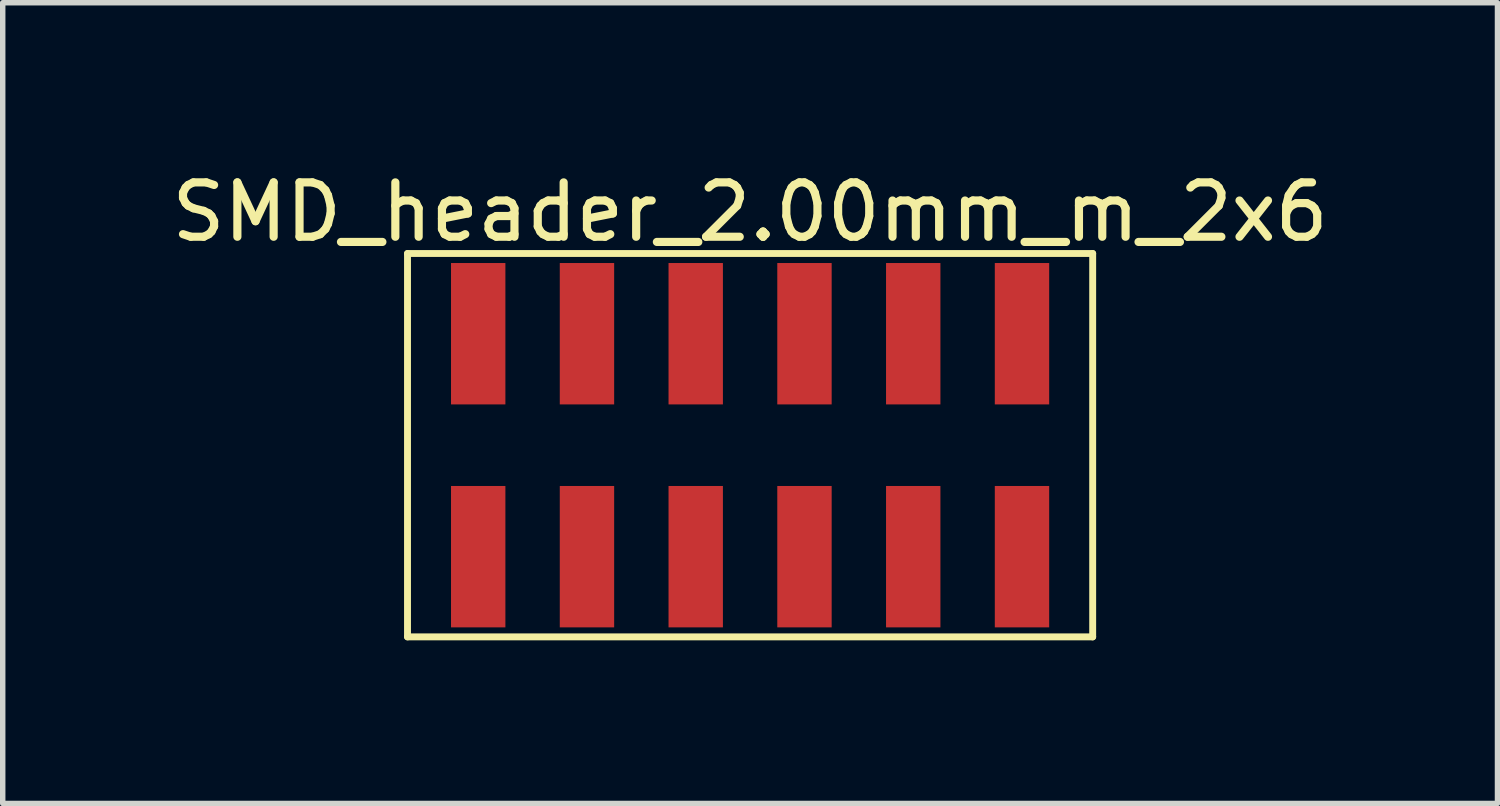
<source format=kicad_pcb>
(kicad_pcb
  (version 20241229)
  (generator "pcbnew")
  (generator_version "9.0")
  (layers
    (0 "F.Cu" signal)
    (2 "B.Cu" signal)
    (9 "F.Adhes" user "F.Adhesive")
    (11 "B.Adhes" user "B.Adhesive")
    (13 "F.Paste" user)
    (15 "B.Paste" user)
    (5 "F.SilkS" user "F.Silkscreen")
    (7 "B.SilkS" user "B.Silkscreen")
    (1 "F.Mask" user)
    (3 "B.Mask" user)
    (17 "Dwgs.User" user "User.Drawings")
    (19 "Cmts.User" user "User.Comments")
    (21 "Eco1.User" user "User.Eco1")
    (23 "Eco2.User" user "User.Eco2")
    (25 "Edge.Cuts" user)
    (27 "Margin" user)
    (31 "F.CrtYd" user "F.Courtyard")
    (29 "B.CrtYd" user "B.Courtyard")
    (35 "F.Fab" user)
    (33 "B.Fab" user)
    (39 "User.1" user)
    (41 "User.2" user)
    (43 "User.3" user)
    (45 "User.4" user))
  (footprint "SMD_header_2.00mm_m_2x6"
    (layer "F.Cu")
    (at 10.744 5.137)
    (property "Reference" "SMD_header_2.00mm_m_2x6" (at 0 -4.288 0) (layer "F.SilkS") (effects (font (size 1 1) (thickness 0.15))))
    (fp_line (start -6.3 -3.525) (end 6.3 -3.525) (stroke (width 0.127) (type solid)) (layer "F.SilkS"))
    (fp_line (start -6.3 3.525) (end -6.3 -3.525) (stroke (width 0.127) (type solid)) (layer "F.SilkS"))
    (fp_line (start -6.3 3.525) (end 6.3 3.525) (stroke (width 0.127) (type solid)) (layer "F.SilkS"))
    (fp_line (start 6.3 3.525) (end 6.3 -3.525) (stroke (width 0.127) (type solid)) (layer "F.SilkS"))
    (pad "1" smd rect (at 5 -2.05 180) (size 1 2.6) (layers "F.Cu" "F.Mask" "F.Paste"))
    (pad "2" smd rect (at 5 2.05 180) (size 1 2.6) (layers "F.Cu" "F.Mask" "F.Paste"))
    (pad "3" smd rect (at 3 -2.05 180) (size 1 2.6) (layers "F.Cu" "F.Mask" "F.Paste"))
    (pad "4" smd rect (at 3 2.05 180) (size 1 2.6) (layers "F.Cu" "F.Mask" "F.Paste"))
    (pad "5" smd rect (at 1 -2.05 180) (size 1 2.6) (layers "F.Cu" "F.Mask" "F.Paste"))
    (pad "6" smd rect (at 1 2.05 180) (size 1 2.6) (layers "F.Cu" "F.Mask" "F.Paste"))
    (pad "7" smd rect (at -1 -2.05 180) (size 1 2.6) (layers "F.Cu" "F.Mask" "F.Paste"))
    (pad "8" smd rect (at -1 2.05 180) (size 1 2.6) (layers "F.Cu" "F.Mask" "F.Paste"))
    (pad "9" smd rect (at -3 -2.05 180) (size 1 2.6) (layers "F.Cu" "F.Mask" "F.Paste"))
    (pad "10" smd rect (at -3 2.05 180) (size 1 2.6) (layers "F.Cu" "F.Mask" "F.Paste"))
    (pad "11" smd rect (at -5 -2.05 180) (size 1 2.6) (layers "F.Cu" "F.Mask" "F.Paste"))
    (pad "12" smd rect (at -5 2.05 180) (size 1 2.6) (layers "F.Cu" "F.Mask" "F.Paste")))
  (gr_rect
    (start -3 -3)
    (end 24.488 11.725)
    (stroke (width 0.1) (type default))
    (fill no)
    (layer "Edge.Cuts")))
</source>
